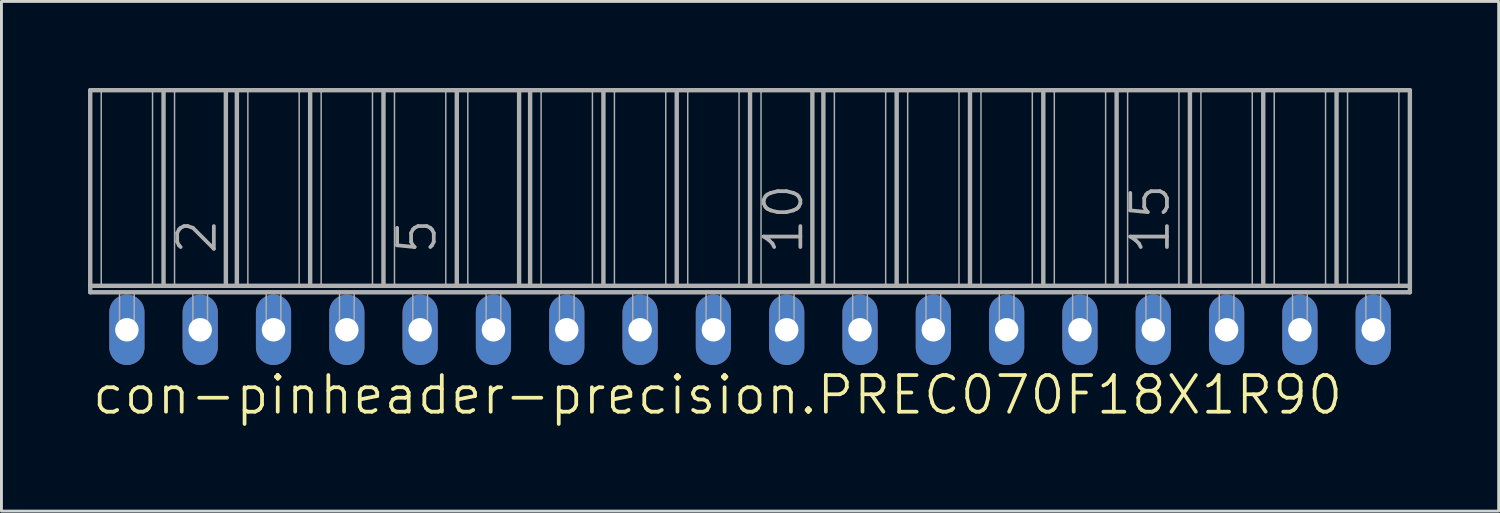
<source format=kicad_pcb>
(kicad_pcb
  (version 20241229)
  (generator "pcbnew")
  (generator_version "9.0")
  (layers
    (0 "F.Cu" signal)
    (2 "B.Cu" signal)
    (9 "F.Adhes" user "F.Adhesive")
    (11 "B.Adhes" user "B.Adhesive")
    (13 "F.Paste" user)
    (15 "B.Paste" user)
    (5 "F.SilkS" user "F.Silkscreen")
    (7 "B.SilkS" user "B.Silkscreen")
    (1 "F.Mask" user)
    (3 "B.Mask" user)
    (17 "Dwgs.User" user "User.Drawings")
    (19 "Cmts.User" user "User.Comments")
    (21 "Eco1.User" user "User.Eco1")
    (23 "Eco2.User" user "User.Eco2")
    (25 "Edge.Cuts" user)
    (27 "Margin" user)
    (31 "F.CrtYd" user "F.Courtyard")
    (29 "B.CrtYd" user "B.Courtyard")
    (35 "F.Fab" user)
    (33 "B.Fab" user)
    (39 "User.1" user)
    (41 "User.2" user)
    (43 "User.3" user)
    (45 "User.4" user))
  (footprint "con-pinheader-precision.PREC070F18X1R90"
    (layer "F.Cu")
    (at 22.936 8.376)
    (property "Reference" "con-pinheader-precision.PREC070F18X1R90" (at -22.86 3 0) (layer "F.SilkS") (effects (font (size 1.27 1.27) (thickness 0.13)) (justify left bottom)))
    (attr through_hole)
    (fp_line (start -22.86 -8.3) (end -22.86 -1.524) (stroke (width 0.152) (type default)) (layer "F.Fab"))
    (fp_line (start -22.86 -8.3) (end -22.479 -8.3) (stroke (width 0.152) (type default)) (layer "F.Fab"))
    (fp_line (start -22.86 -1.524) (end -22.479 -1.524) (stroke (width 0.152) (type default)) (layer "F.Fab"))
    (fp_line (start -22.86 -1.3) (end -22.86 -1.524) (stroke (width 0.152) (type default)) (layer "F.Fab"))
    (fp_line (start -22.86 -1.3) (end 22.86 -1.3) (stroke (width 0.152) (type default)) (layer "F.Fab"))
    (fp_line (start -22.479 -8.3) (end -22.479 -1.524) (stroke (width 0.051) (type default)) (layer "F.Fab"))
    (fp_line (start -22.479 -8.3) (end -20.701 -8.3) (stroke (width 0.152) (type default)) (layer "F.Fab"))
    (fp_line (start -22.479 -1.524) (end -20.701 -1.524) (stroke (width 0.152) (type default)) (layer "F.Fab"))
    (fp_line (start -20.701 -8.3) (end -20.701 -1.524) (stroke (width 0.051) (type default)) (layer "F.Fab"))
    (fp_line (start -20.701 -8.3) (end -20.32 -8.3) (stroke (width 0.152) (type default)) (layer "F.Fab"))
    (fp_line (start -20.701 -1.524) (end -20.32 -1.524) (stroke (width 0.152) (type default)) (layer "F.Fab"))
    (fp_line (start -20.32 -8.3) (end -20.32 -1.524) (stroke (width 0.152) (type default)) (layer "F.Fab"))
    (fp_line (start -20.32 -8.3) (end -19.939 -8.3) (stroke (width 0.152) (type default)) (layer "F.Fab"))
    (fp_line (start -20.32 -1.524) (end -19.939 -1.524) (stroke (width 0.152) (type default)) (layer "F.Fab"))
    (fp_line (start -19.939 -8.3) (end -19.939 -1.524) (stroke (width 0.051) (type default)) (layer "F.Fab"))
    (fp_line (start -19.939 -8.3) (end -18.161 -8.3) (stroke (width 0.152) (type default)) (layer "F.Fab"))
    (fp_line (start -19.939 -1.524) (end -18.161 -1.524) (stroke (width 0.152) (type default)) (layer "F.Fab"))
    (fp_line (start -18.161 -8.3) (end -18.161 -1.524) (stroke (width 0.152) (type default)) (layer "F.Fab"))
    (fp_line (start -18.161 -8.3) (end -17.78 -8.3) (stroke (width 0.152) (type default)) (layer "F.Fab"))
    (fp_line (start -18.161 -1.524) (end -17.78 -1.524) (stroke (width 0.152) (type default)) (layer "F.Fab"))
    (fp_line (start -17.78 -8.3) (end -17.78 -1.524) (stroke (width 0.152) (type default)) (layer "F.Fab"))
    (fp_line (start -17.78 -8.3) (end -17.399 -8.3) (stroke (width 0.152) (type default)) (layer "F.Fab"))
    (fp_line (start -17.78 -1.524) (end -17.399 -1.524) (stroke (width 0.152) (type default)) (layer "F.Fab"))
    (fp_line (start -17.399 -8.3) (end -17.399 -1.524) (stroke (width 0.051) (type default)) (layer "F.Fab"))
    (fp_line (start -17.399 -8.3) (end -15.621 -8.3) (stroke (width 0.152) (type default)) (layer "F.Fab"))
    (fp_line (start -17.399 -1.524) (end -15.621 -1.524) (stroke (width 0.152) (type default)) (layer "F.Fab"))
    (fp_line (start -15.621 -8.3) (end -15.621 -1.524) (stroke (width 0.051) (type default)) (layer "F.Fab"))
    (fp_line (start -15.621 -8.3) (end -15.24 -8.3) (stroke (width 0.152) (type default)) (layer "F.Fab"))
    (fp_line (start -15.621 -1.524) (end -15.24 -1.524) (stroke (width 0.152) (type default)) (layer "F.Fab"))
    (fp_line (start -15.24 -8.3) (end -15.24 -1.524) (stroke (width 0.152) (type default)) (layer "F.Fab"))
    (fp_line (start -15.24 -8.3) (end -14.859 -8.3) (stroke (width 0.152) (type default)) (layer "F.Fab"))
    (fp_line (start -15.24 -1.524) (end -14.859 -1.524) (stroke (width 0.152) (type default)) (layer "F.Fab"))
    (fp_line (start -14.859 -8.3) (end -14.859 -1.524) (stroke (width 0.051) (type default)) (layer "F.Fab"))
    (fp_line (start -14.859 -8.3) (end -13.081 -8.3) (stroke (width 0.152) (type default)) (layer "F.Fab"))
    (fp_line (start -14.859 -1.524) (end -13.081 -1.524) (stroke (width 0.152) (type default)) (layer "F.Fab"))
    (fp_line (start -13.081 -8.3) (end -13.081 -1.524) (stroke (width 0.051) (type default)) (layer "F.Fab"))
    (fp_line (start -13.081 -8.3) (end -12.7 -8.3) (stroke (width 0.152) (type default)) (layer "F.Fab"))
    (fp_line (start -13.081 -1.524) (end -12.7 -1.524) (stroke (width 0.152) (type default)) (layer "F.Fab"))
    (fp_line (start -12.7 -8.3) (end -12.7 -1.524) (stroke (width 0.152) (type default)) (layer "F.Fab"))
    (fp_line (start -12.7 -8.3) (end -12.319 -8.3) (stroke (width 0.152) (type default)) (layer "F.Fab"))
    (fp_line (start -12.7 -1.524) (end -12.319 -1.524) (stroke (width 0.152) (type default)) (layer "F.Fab"))
    (fp_line (start -12.319 -8.3) (end -12.319 -1.524) (stroke (width 0.051) (type default)) (layer "F.Fab"))
    (fp_line (start -12.319 -8.3) (end -10.541 -8.3) (stroke (width 0.152) (type default)) (layer "F.Fab"))
    (fp_line (start -12.319 -1.524) (end -10.541 -1.524) (stroke (width 0.152) (type default)) (layer "F.Fab"))
    (fp_line (start -10.541 -8.3) (end -10.541 -1.524) (stroke (width 0.051) (type default)) (layer "F.Fab"))
    (fp_line (start -10.541 -8.3) (end -10.16 -8.3) (stroke (width 0.152) (type default)) (layer "F.Fab"))
    (fp_line (start -10.541 -1.524) (end -10.16 -1.524) (stroke (width 0.152) (type default)) (layer "F.Fab"))
    (fp_line (start -10.16 -8.3) (end -10.16 -1.524) (stroke (width 0.152) (type default)) (layer "F.Fab"))
    (fp_line (start -10.16 -8.3) (end -9.779 -8.3) (stroke (width 0.152) (type default)) (layer "F.Fab"))
    (fp_line (start -10.16 -1.524) (end -9.779 -1.524) (stroke (width 0.152) (type default)) (layer "F.Fab"))
    (fp_line (start -9.779 -8.3) (end -9.779 -1.524) (stroke (width 0.051) (type default)) (layer "F.Fab"))
    (fp_line (start -9.779 -8.3) (end -8.001 -8.3) (stroke (width 0.152) (type default)) (layer "F.Fab"))
    (fp_line (start -9.779 -1.524) (end -8.001 -1.524) (stroke (width 0.152) (type default)) (layer "F.Fab"))
    (fp_line (start -8.001 -8.3) (end -8.001 -1.524) (stroke (width 0.152) (type default)) (layer "F.Fab"))
    (fp_line (start -8.001 -8.3) (end -7.62 -8.3) (stroke (width 0.152) (type default)) (layer "F.Fab"))
    (fp_line (start -8.001 -1.524) (end -7.62 -1.524) (stroke (width 0.152) (type default)) (layer "F.Fab"))
    (fp_line (start -7.62 -8.3) (end -7.62 -1.524) (stroke (width 0.152) (type default)) (layer "F.Fab"))
    (fp_line (start -7.62 -8.3) (end -7.239 -8.3) (stroke (width 0.152) (type default)) (layer "F.Fab"))
    (fp_line (start -7.62 -1.524) (end -7.239 -1.524) (stroke (width 0.152) (type default)) (layer "F.Fab"))
    (fp_line (start -7.239 -8.3) (end -7.239 -1.524) (stroke (width 0.051) (type default)) (layer "F.Fab"))
    (fp_line (start -7.239 -8.3) (end -5.461 -8.3) (stroke (width 0.152) (type default)) (layer "F.Fab"))
    (fp_line (start -7.239 -1.524) (end -5.08 -1.524) (stroke (width 0.152) (type default)) (layer "F.Fab"))
    (fp_line (start -5.461 -8.3) (end -5.461 -1.524) (stroke (width 0.051) (type default)) (layer "F.Fab"))
    (fp_line (start -5.461 -8.3) (end -5.08 -8.3) (stroke (width 0.152) (type default)) (layer "F.Fab"))
    (fp_line (start -5.08 -8.3) (end -5.08 -1.524) (stroke (width 0.152) (type default)) (layer "F.Fab"))
    (fp_line (start -5.08 -8.3) (end -4.699 -8.3) (stroke (width 0.152) (type default)) (layer "F.Fab"))
    (fp_line (start -5.08 -1.524) (end -4.699 -1.524) (stroke (width 0.152) (type default)) (layer "F.Fab"))
    (fp_line (start -4.699 -8.3) (end -4.699 -1.524) (stroke (width 0.051) (type default)) (layer "F.Fab"))
    (fp_line (start -4.699 -8.3) (end -2.921 -8.3) (stroke (width 0.152) (type default)) (layer "F.Fab"))
    (fp_line (start -4.699 -1.524) (end -2.921 -1.524) (stroke (width 0.152) (type default)) (layer "F.Fab"))
    (fp_line (start -2.921 -8.3) (end -2.921 -1.524) (stroke (width 0.051) (type default)) (layer "F.Fab"))
    (fp_line (start -2.921 -8.3) (end -2.54 -8.3) (stroke (width 0.152) (type default)) (layer "F.Fab"))
    (fp_line (start -2.921 -1.524) (end -2.54 -1.524) (stroke (width 0.152) (type default)) (layer "F.Fab"))
    (fp_line (start -2.54 -8.3) (end -2.159 -8.3) (stroke (width 0.152) (type default)) (layer "F.Fab"))
    (fp_line (start -2.54 -1.524) (end -2.54 -8.3) (stroke (width 0.152) (type default)) (layer "F.Fab"))
    (fp_line (start -2.54 -1.524) (end -2.159 -1.524) (stroke (width 0.152) (type default)) (layer "F.Fab"))
    (fp_line (start -2.159 -8.3) (end -2.159 -1.524) (stroke (width 0.051) (type default)) (layer "F.Fab"))
    (fp_line (start -2.159 -8.3) (end -0.381 -8.3) (stroke (width 0.152) (type default)) (layer "F.Fab"))
    (fp_line (start -2.159 -1.524) (end -0.381 -1.524) (stroke (width 0.152) (type default)) (layer "F.Fab"))
    (fp_line (start -0.381 -8.3) (end -0.381 -1.524) (stroke (width 0.051) (type default)) (layer "F.Fab"))
    (fp_line (start -0.381 -8.3) (end 0 -8.3) (stroke (width 0.152) (type default)) (layer "F.Fab"))
    (fp_line (start -0.381 -1.524) (end 0 -1.524) (stroke (width 0.152) (type default)) (layer "F.Fab"))
    (fp_line (start 0 -8.3) (end 0 -1.524) (stroke (width 0.152) (type default)) (layer "F.Fab"))
    (fp_line (start 0 -8.3) (end 0.381 -8.3) (stroke (width 0.152) (type default)) (layer "F.Fab"))
    (fp_line (start 0 -1.524) (end 0.381 -1.524) (stroke (width 0.152) (type default)) (layer "F.Fab"))
    (fp_line (start 0.381 -8.3) (end 0.381 -1.524) (stroke (width 0.051) (type default)) (layer "F.Fab"))
    (fp_line (start 0.381 -8.3) (end 2.159 -8.3) (stroke (width 0.152) (type default)) (layer "F.Fab"))
    (fp_line (start 0.381 -1.524) (end 2.159 -1.524) (stroke (width 0.152) (type default)) (layer "F.Fab"))
    (fp_line (start 2.159 -8.3) (end 2.159 -1.524) (stroke (width 0.152) (type default)) (layer "F.Fab"))
    (fp_line (start 2.159 -8.3) (end 2.54 -8.3) (stroke (width 0.152) (type default)) (layer "F.Fab"))
    (fp_line (start 2.159 -1.524) (end 2.54 -1.524) (stroke (width 0.152) (type default)) (layer "F.Fab"))
    (fp_line (start 2.54 -8.3) (end 2.54 -1.524) (stroke (width 0.152) (type default)) (layer "F.Fab"))
    (fp_line (start 2.54 -8.3) (end 2.921 -8.3) (stroke (width 0.152) (type default)) (layer "F.Fab"))
    (fp_line (start 2.54 -1.524) (end 2.921 -1.524) (stroke (width 0.152) (type default)) (layer "F.Fab"))
    (fp_line (start 2.921 -8.3) (end 2.921 -1.524) (stroke (width 0.051) (type default)) (layer "F.Fab"))
    (fp_line (start 2.921 -8.3) (end 4.699 -8.3) (stroke (width 0.152) (type default)) (layer "F.Fab"))
    (fp_line (start 2.921 -1.524) (end 4.699 -1.524) (stroke (width 0.152) (type default)) (layer "F.Fab"))
    (fp_line (start 4.699 -8.3) (end 4.699 -1.524) (stroke (width 0.051) (type default)) (layer "F.Fab"))
    (fp_line (start 4.699 -8.3) (end 5.08 -8.3) (stroke (width 0.152) (type default)) (layer "F.Fab"))
    (fp_line (start 4.699 -1.524) (end 5.08 -1.524) (stroke (width 0.152) (type default)) (layer "F.Fab"))
    (fp_line (start 5.08 -8.3) (end 5.08 -1.524) (stroke (width 0.152) (type default)) (layer "F.Fab"))
    (fp_line (start 5.08 -8.3) (end 5.461 -8.3) (stroke (width 0.152) (type default)) (layer "F.Fab"))
    (fp_line (start 5.08 -1.524) (end 5.461 -1.524) (stroke (width 0.152) (type default)) (layer "F.Fab"))
    (fp_line (start 5.461 -8.3) (end 5.461 -1.524) (stroke (width 0.051) (type default)) (layer "F.Fab"))
    (fp_line (start 5.461 -8.3) (end 7.239 -8.3) (stroke (width 0.152) (type default)) (layer "F.Fab"))
    (fp_line (start 5.461 -1.524) (end 7.239 -1.524) (stroke (width 0.152) (type default)) (layer "F.Fab"))
    (fp_line (start 7.239 -8.3) (end 7.239 -1.524) (stroke (width 0.051) (type default)) (layer "F.Fab"))
    (fp_line (start 7.239 -8.3) (end 7.62 -8.3) (stroke (width 0.152) (type default)) (layer "F.Fab"))
    (fp_line (start 7.239 -1.524) (end 7.62 -1.524) (stroke (width 0.152) (type default)) (layer "F.Fab"))
    (fp_line (start 7.62 -8.3) (end 7.62 -1.524) (stroke (width 0.152) (type default)) (layer "F.Fab"))
    (fp_line (start 7.62 -8.3) (end 8.001 -8.3) (stroke (width 0.152) (type default)) (layer "F.Fab"))
    (fp_line (start 7.62 -1.524) (end 8.001 -1.524) (stroke (width 0.152) (type default)) (layer "F.Fab"))
    (fp_line (start 8.001 -8.3) (end 8.001 -1.524) (stroke (width 0.051) (type default)) (layer "F.Fab"))
    (fp_line (start 8.001 -8.3) (end 9.779 -8.3) (stroke (width 0.152) (type default)) (layer "F.Fab"))
    (fp_line (start 8.001 -1.524) (end 9.779 -1.524) (stroke (width 0.152) (type default)) (layer "F.Fab"))
    (fp_line (start 9.779 -8.3) (end 9.779 -1.524) (stroke (width 0.051) (type default)) (layer "F.Fab"))
    (fp_line (start 9.779 -8.3) (end 10.16 -8.3) (stroke (width 0.152) (type default)) (layer "F.Fab"))
    (fp_line (start 9.779 -1.524) (end 10.16 -1.524) (stroke (width 0.152) (type default)) (layer "F.Fab"))
    (fp_line (start 10.16 -8.3) (end 10.16 -1.524) (stroke (width 0.152) (type default)) (layer "F.Fab"))
    (fp_line (start 10.16 -8.3) (end 10.541 -8.3) (stroke (width 0.152) (type default)) (layer "F.Fab"))
    (fp_line (start 10.16 -1.524) (end 10.541 -1.524) (stroke (width 0.152) (type default)) (layer "F.Fab"))
    (fp_line (start 10.541 -8.3) (end 10.541 -1.524) (stroke (width 0.051) (type default)) (layer "F.Fab"))
    (fp_line (start 10.541 -8.3) (end 12.319 -8.3) (stroke (width 0.152) (type default)) (layer "F.Fab"))
    (fp_line (start 10.541 -1.524) (end 12.319 -1.524) (stroke (width 0.152) (type default)) (layer "F.Fab"))
    (fp_line (start 12.319 -8.3) (end 12.319 -1.524) (stroke (width 0.051) (type default)) (layer "F.Fab"))
    (fp_line (start 12.319 -8.3) (end 12.7 -8.3) (stroke (width 0.152) (type default)) (layer "F.Fab"))
    (fp_line (start 12.319 -1.524) (end 12.7 -1.524) (stroke (width 0.152) (type default)) (layer "F.Fab"))
    (fp_line (start 12.7 -8.3) (end 12.7 -1.524) (stroke (width 0.152) (type default)) (layer "F.Fab"))
    (fp_line (start 12.7 -8.3) (end 13.081 -8.3) (stroke (width 0.152) (type default)) (layer "F.Fab"))
    (fp_line (start 12.7 -1.524) (end 13.081 -1.524) (stroke (width 0.152) (type default)) (layer "F.Fab"))
    (fp_line (start 13.081 -8.3) (end 13.081 -1.524) (stroke (width 0.051) (type default)) (layer "F.Fab"))
    (fp_line (start 13.081 -8.3) (end 14.859 -8.3) (stroke (width 0.152) (type default)) (layer "F.Fab"))
    (fp_line (start 13.081 -1.524) (end 14.859 -1.524) (stroke (width 0.152) (type default)) (layer "F.Fab"))
    (fp_line (start 14.859 -8.3) (end 14.859 -1.524) (stroke (width 0.051) (type default)) (layer "F.Fab"))
    (fp_line (start 14.859 -8.3) (end 15.24 -8.3) (stroke (width 0.152) (type default)) (layer "F.Fab"))
    (fp_line (start 14.859 -1.524) (end 15.24 -1.524) (stroke (width 0.152) (type default)) (layer "F.Fab"))
    (fp_line (start 15.24 -8.3) (end 15.24 -1.524) (stroke (width 0.152) (type default)) (layer "F.Fab"))
    (fp_line (start 15.24 -8.3) (end 15.621 -8.3) (stroke (width 0.152) (type default)) (layer "F.Fab"))
    (fp_line (start 15.24 -1.524) (end 15.621 -1.524) (stroke (width 0.152) (type default)) (layer "F.Fab"))
    (fp_line (start 15.621 -8.3) (end 15.621 -1.524) (stroke (width 0.051) (type default)) (layer "F.Fab"))
    (fp_line (start 15.621 -8.3) (end 17.399 -8.3) (stroke (width 0.152) (type default)) (layer "F.Fab"))
    (fp_line (start 15.621 -1.524) (end 17.78 -1.524) (stroke (width 0.152) (type default)) (layer "F.Fab"))
    (fp_line (start 17.399 -8.3) (end 17.399 -1.524) (stroke (width 0.051) (type default)) (layer "F.Fab"))
    (fp_line (start 17.399 -8.3) (end 17.78 -8.3) (stroke (width 0.152) (type default)) (layer "F.Fab"))
    (fp_line (start 17.78 -8.3) (end 17.78 -1.524) (stroke (width 0.152) (type default)) (layer "F.Fab"))
    (fp_line (start 17.78 -8.3) (end 18.161 -8.3) (stroke (width 0.152) (type default)) (layer "F.Fab"))
    (fp_line (start 17.78 -1.524) (end 18.161 -1.524) (stroke (width 0.152) (type default)) (layer "F.Fab"))
    (fp_line (start 18.161 -8.3) (end 18.161 -1.524) (stroke (width 0.051) (type default)) (layer "F.Fab"))
    (fp_line (start 18.161 -8.3) (end 19.939 -8.3) (stroke (width 0.152) (type default)) (layer "F.Fab"))
    (fp_line (start 18.161 -1.524) (end 19.939 -1.524) (stroke (width 0.152) (type default)) (layer "F.Fab"))
    (fp_line (start 19.939 -8.3) (end 19.939 -1.524) (stroke (width 0.051) (type default)) (layer "F.Fab"))
    (fp_line (start 19.939 -8.3) (end 20.32 -8.3) (stroke (width 0.152) (type default)) (layer "F.Fab"))
    (fp_line (start 19.939 -1.524) (end 20.32 -1.524) (stroke (width 0.152) (type default)) (layer "F.Fab"))
    (fp_line (start 20.32 -8.3) (end 20.32 -1.524) (stroke (width 0.152) (type default)) (layer "F.Fab"))
    (fp_line (start 20.32 -8.3) (end 20.701 -8.3) (stroke (width 0.152) (type default)) (layer "F.Fab"))
    (fp_line (start 20.32 -1.524) (end 20.701 -1.524) (stroke (width 0.152) (type default)) (layer "F.Fab"))
    (fp_line (start 20.701 -8.3) (end 20.701 -1.524) (stroke (width 0.051) (type default)) (layer "F.Fab"))
    (fp_line (start 20.701 -8.3) (end 22.479 -8.3) (stroke (width 0.152) (type default)) (layer "F.Fab"))
    (fp_line (start 20.701 -1.524) (end 22.479 -1.524) (stroke (width 0.152) (type default)) (layer "F.Fab"))
    (fp_line (start 22.479 -8.3) (end 22.479 -1.524) (stroke (width 0.051) (type default)) (layer "F.Fab"))
    (fp_line (start 22.479 -8.3) (end 22.86 -8.3) (stroke (width 0.152) (type default)) (layer "F.Fab"))
    (fp_line (start 22.479 -1.524) (end 22.86 -1.524) (stroke (width 0.152) (type default)) (layer "F.Fab"))
    (fp_line (start 22.86 -8.3) (end 22.86 -1.524) (stroke (width 0.152) (type default)) (layer "F.Fab"))
    (fp_line (start 22.86 -1.524) (end 22.86 -1.3) (stroke (width 0.152) (type default)) (layer "F.Fab"))
    (fp_rect (start -21.844 0) (end -21.336 -1.3) (stroke (width 0.05) (type default)) (fill no) (layer "F.Fab"))
    (fp_rect (start -19.304 0) (end -18.796 -1.3) (stroke (width 0.05) (type default)) (fill no) (layer "F.Fab"))
    (fp_rect (start -16.764 0) (end -16.256 -1.3) (stroke (width 0.05) (type default)) (fill no) (layer "F.Fab"))
    (fp_rect (start -14.224 0) (end -13.716 -1.3) (stroke (width 0.05) (type default)) (fill no) (layer "F.Fab"))
    (fp_rect (start -11.684 0) (end -11.176 -1.3) (stroke (width 0.05) (type default)) (fill no) (layer "F.Fab"))
    (fp_rect (start -9.144 0) (end -8.636 -1.3) (stroke (width 0.05) (type default)) (fill no) (layer "F.Fab"))
    (fp_rect (start -6.604 0) (end -6.096 -1.3) (stroke (width 0.05) (type default)) (fill no) (layer "F.Fab"))
    (fp_rect (start -4.064 0) (end -3.556 -1.3) (stroke (width 0.05) (type default)) (fill no) (layer "F.Fab"))
    (fp_rect (start -1.524 0) (end -1.016 -1.3) (stroke (width 0.05) (type default)) (fill no) (layer "F.Fab"))
    (fp_rect (start 1.016 0) (end 1.524 -1.3) (stroke (width 0.05) (type default)) (fill no) (layer "F.Fab"))
    (fp_rect (start 3.556 0) (end 4.064 -1.3) (stroke (width 0.05) (type default)) (fill no) (layer "F.Fab"))
    (fp_rect (start 6.096 0) (end 6.604 -1.3) (stroke (width 0.05) (type default)) (fill no) (layer "F.Fab"))
    (fp_rect (start 8.636 0) (end 9.144 -1.3) (stroke (width 0.05) (type default)) (fill no) (layer "F.Fab"))
    (fp_rect (start 11.176 0) (end 11.684 -1.3) (stroke (width 0.05) (type default)) (fill no) (layer "F.Fab"))
    (fp_rect (start 13.716 0) (end 14.224 -1.3) (stroke (width 0.05) (type default)) (fill no) (layer "F.Fab"))
    (fp_rect (start 16.256 0) (end 16.764 -1.3) (stroke (width 0.05) (type default)) (fill no) (layer "F.Fab"))
    (fp_rect (start 18.796 0) (end 19.304 -1.3) (stroke (width 0.05) (type default)) (fill no) (layer "F.Fab"))
    (fp_rect (start 21.336 0) (end 21.844 -1.3) (stroke (width 0.05) (type default)) (fill no) (layer "F.Fab"))
    (fp_text user "15" (at 14.605 -2.54 90) (layer "F.Fab") (effects (font (size 1.27 1.27) (thickness 0.13)) (justify left bottom)))
    (fp_text user "5" (at -10.795 -2.54 90) (layer "F.Fab") (effects (font (size 1.27 1.27) (thickness 0.13)) (justify left bottom)))
    (fp_text user "10" (at 1.905 -2.54 90) (layer "F.Fab") (effects (font (size 1.27 1.27) (thickness 0.13)) (justify left bottom)))
    (fp_text user "2" (at -18.415 -2.54 90) (layer "F.Fab") (effects (font (size 1.27 1.27) (thickness 0.13)) (justify left bottom)))
    (pad "1" thru_hole oval (at -21.59 0 90) (size 2.438 1.219) (drill 0.813) (layers "*.Cu" "*.Mask"))
    (pad "2" thru_hole oval (at -19.05 0 90) (size 2.438 1.219) (drill 0.813) (layers "*.Cu" "*.Mask"))
    (pad "3" thru_hole oval (at -16.51 0 90) (size 2.438 1.219) (drill 0.813) (layers "*.Cu" "*.Mask"))
    (pad "4" thru_hole oval (at -13.97 0 90) (size 2.438 1.219) (drill 0.813) (layers "*.Cu" "*.Mask"))
    (pad "5" thru_hole oval (at -11.43 0 90) (size 2.438 1.219) (drill 0.813) (layers "*.Cu" "*.Mask"))
    (pad "6" thru_hole oval (at -8.89 0 90) (size 2.438 1.219) (drill 0.813) (layers "*.Cu" "*.Mask"))
    (pad "7" thru_hole oval (at -6.35 0 90) (size 2.438 1.219) (drill 0.813) (layers "*.Cu" "*.Mask"))
    (pad "8" thru_hole oval (at -3.81 0 90) (size 2.438 1.219) (drill 0.813) (layers "*.Cu" "*.Mask"))
    (pad "9" thru_hole oval (at -1.27 0 90) (size 2.438 1.219) (drill 0.813) (layers "*.Cu" "*.Mask"))
    (pad "10" thru_hole oval (at 1.27 0 90) (size 2.438 1.219) (drill 0.813) (layers "*.Cu" "*.Mask"))
    (pad "11" thru_hole oval (at 3.81 0 90) (size 2.438 1.219) (drill 0.813) (layers "*.Cu" "*.Mask"))
    (pad "12" thru_hole oval (at 6.35 0 90) (size 2.438 1.219) (drill 0.813) (layers "*.Cu" "*.Mask"))
    (pad "13" thru_hole oval (at 8.89 0 90) (size 2.438 1.219) (drill 0.813) (layers "*.Cu" "*.Mask"))
    (pad "14" thru_hole oval (at 11.43 0 90) (size 2.438 1.219) (drill 0.813) (layers "*.Cu" "*.Mask"))
    (pad "15" thru_hole oval (at 13.97 0 90) (size 2.438 1.219) (drill 0.813) (layers "*.Cu" "*.Mask"))
    (pad "16" thru_hole oval (at 16.51 0 90) (size 2.438 1.219) (drill 0.813) (layers "*.Cu" "*.Mask"))
    (pad "17" thru_hole oval (at 19.05 0 90) (size 2.438 1.219) (drill 0.813) (layers "*.Cu" "*.Mask"))
    (pad "18" thru_hole oval (at 21.59 0 90) (size 2.438 1.219) (drill 0.813) (layers "*.Cu" "*.Mask")))
  (gr_rect
    (start -3 -3)
    (end 48.872 14.658)
    (stroke (width 0.1) (type default))
    (fill no)
    (layer "Edge.Cuts")))
</source>
